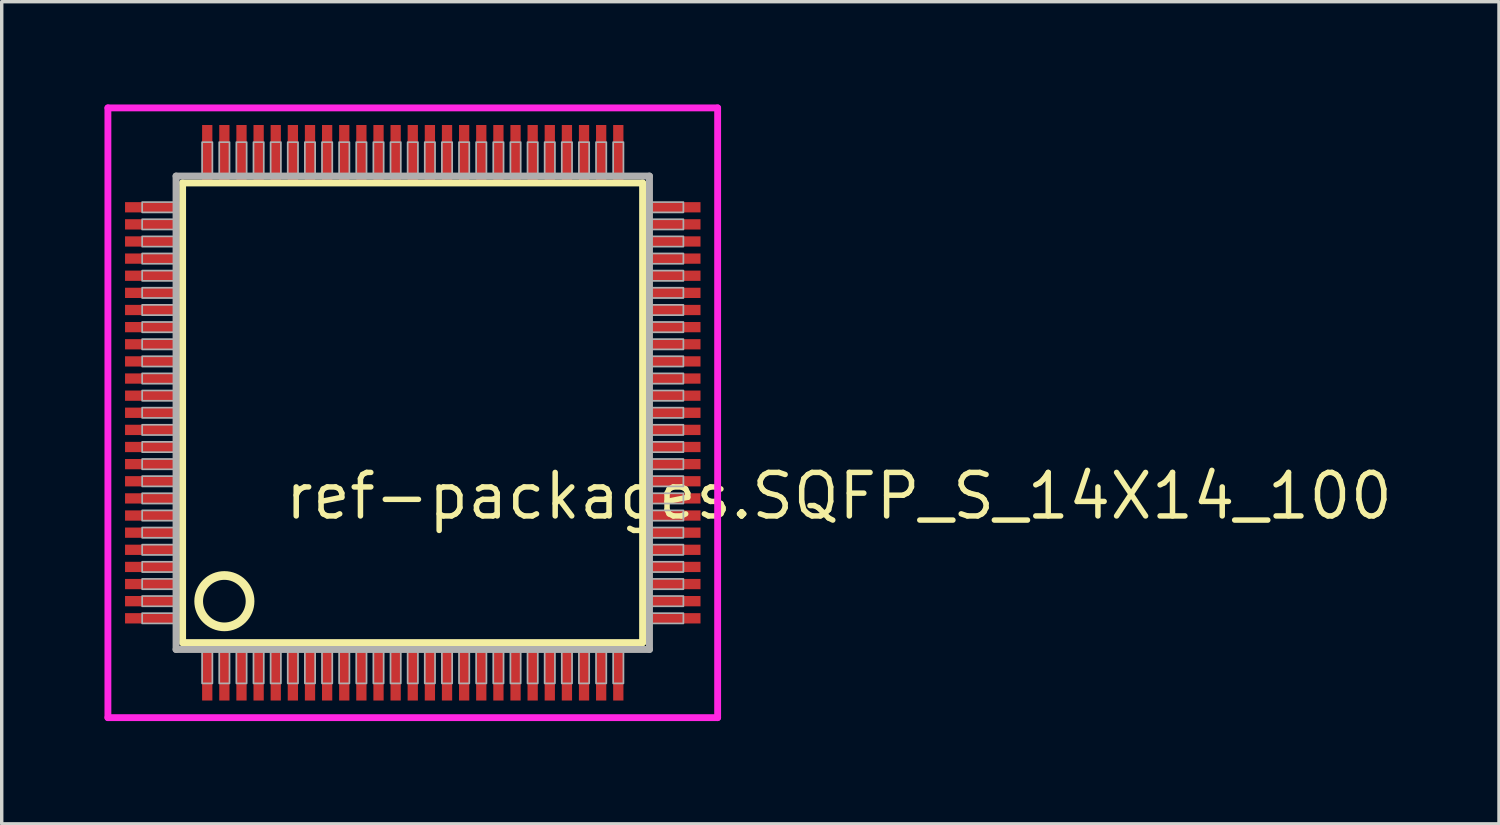
<source format=kicad_pcb>
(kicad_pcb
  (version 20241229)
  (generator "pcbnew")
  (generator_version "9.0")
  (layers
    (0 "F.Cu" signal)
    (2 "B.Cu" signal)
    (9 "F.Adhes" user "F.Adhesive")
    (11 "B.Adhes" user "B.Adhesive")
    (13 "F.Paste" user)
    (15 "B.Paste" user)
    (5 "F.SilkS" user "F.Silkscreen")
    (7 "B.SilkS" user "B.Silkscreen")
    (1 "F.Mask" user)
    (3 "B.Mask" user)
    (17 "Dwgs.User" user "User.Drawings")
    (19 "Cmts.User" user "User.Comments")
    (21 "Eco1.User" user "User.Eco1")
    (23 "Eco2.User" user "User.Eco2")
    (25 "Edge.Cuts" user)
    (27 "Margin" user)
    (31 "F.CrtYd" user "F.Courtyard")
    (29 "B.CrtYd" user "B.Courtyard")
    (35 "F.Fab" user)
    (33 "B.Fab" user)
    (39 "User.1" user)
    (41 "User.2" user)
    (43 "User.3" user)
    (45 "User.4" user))
  (footprint "ref-packages.SQFP_S_14X14_100"
    (layer "F.Cu")
    (at 9 9)
    (property "Reference" "ref-packages.SQFP_S_14X14_100" (at -3.81 3.175 0) (layer "F.SilkS") (effects (font (size 1.27 1.27) (thickness 0.16)) (justify left bottom)))
    (attr smd)
    (fp_line (start -6.72 -6.71) (end 6.71 -6.71) (stroke (width 0.203) (type default)) (layer "F.SilkS"))
    (fp_line (start -6.72 6.71) (end -6.72 -6.71) (stroke (width 0.203) (type default)) (layer "F.SilkS"))
    (fp_line (start 6.71 -6.71) (end 6.71 6.71) (stroke (width 0.203) (type default)) (layer "F.SilkS"))
    (fp_line (start 6.71 6.71) (end -6.72 6.71) (stroke (width 0.203) (type default)) (layer "F.SilkS"))
    (fp_circle (center -5.5 5.5) (end -4.75 5.5) (stroke (width 0.254) (type default)) (fill no) (layer "F.SilkS"))
    (fp_line (start -8.9 -8.9) (end 8.9 -8.9) (stroke (width 0.2) (type default)) (layer "F.CrtYd"))
    (fp_line (start -8.9 8.9) (end -8.9 -8.9) (stroke (width 0.2) (type default)) (layer "F.CrtYd"))
    (fp_line (start 8.9 -8.9) (end 8.9 8.9) (stroke (width 0.2) (type default)) (layer "F.CrtYd"))
    (fp_line (start 8.9 8.9) (end -8.9 8.9) (stroke (width 0.2) (type default)) (layer "F.CrtYd"))
    (fp_line (start -6.91 -6.91) (end -6.91 6.91) (stroke (width 0.203) (type default)) (layer "F.Fab"))
    (fp_line (start -6.91 6.91) (end 6.91 6.91) (stroke (width 0.203) (type default)) (layer "F.Fab"))
    (fp_line (start 6.91 -6.91) (end -6.91 -6.91) (stroke (width 0.203) (type default)) (layer "F.Fab"))
    (fp_line (start 6.91 6.91) (end 6.91 -6.91) (stroke (width 0.203) (type default)) (layer "F.Fab"))
    (fp_rect (start -7.9 -5.85) (end -6.95 -6.15) (stroke (width 0.05) (type default)) (fill no) (layer "F.Fab"))
    (fp_rect (start -7.9 -5.35) (end -6.95 -5.65) (stroke (width 0.05) (type default)) (fill no) (layer "F.Fab"))
    (fp_rect (start -7.9 -4.85) (end -6.95 -5.15) (stroke (width 0.05) (type default)) (fill no) (layer "F.Fab"))
    (fp_rect (start -7.9 -4.35) (end -6.95 -4.65) (stroke (width 0.05) (type default)) (fill no) (layer "F.Fab"))
    (fp_rect (start -7.9 -3.85) (end -6.95 -4.15) (stroke (width 0.05) (type default)) (fill no) (layer "F.Fab"))
    (fp_rect (start -7.9 -3.35) (end -6.95 -3.65) (stroke (width 0.05) (type default)) (fill no) (layer "F.Fab"))
    (fp_rect (start -7.9 -2.85) (end -6.95 -3.15) (stroke (width 0.05) (type default)) (fill no) (layer "F.Fab"))
    (fp_rect (start -7.9 -2.35) (end -6.95 -2.65) (stroke (width 0.05) (type default)) (fill no) (layer "F.Fab"))
    (fp_rect (start -7.9 -1.85) (end -6.95 -2.15) (stroke (width 0.05) (type default)) (fill no) (layer "F.Fab"))
    (fp_rect (start -7.9 -1.35) (end -6.95 -1.65) (stroke (width 0.05) (type default)) (fill no) (layer "F.Fab"))
    (fp_rect (start -7.9 -0.85) (end -6.95 -1.15) (stroke (width 0.05) (type default)) (fill no) (layer "F.Fab"))
    (fp_rect (start -7.9 -0.35) (end -6.95 -0.65) (stroke (width 0.05) (type default)) (fill no) (layer "F.Fab"))
    (fp_rect (start -7.9 0.15) (end -6.95 -0.15) (stroke (width 0.05) (type default)) (fill no) (layer "F.Fab"))
    (fp_rect (start -7.9 0.65) (end -6.95 0.35) (stroke (width 0.05) (type default)) (fill no) (layer "F.Fab"))
    (fp_rect (start -7.9 1.15) (end -6.95 0.85) (stroke (width 0.05) (type default)) (fill no) (layer "F.Fab"))
    (fp_rect (start -7.9 1.65) (end -6.95 1.35) (stroke (width 0.05) (type default)) (fill no) (layer "F.Fab"))
    (fp_rect (start -7.9 2.15) (end -6.95 1.85) (stroke (width 0.05) (type default)) (fill no) (layer "F.Fab"))
    (fp_rect (start -7.9 2.65) (end -6.95 2.35) (stroke (width 0.05) (type default)) (fill no) (layer "F.Fab"))
    (fp_rect (start -7.9 3.15) (end -6.95 2.85) (stroke (width 0.05) (type default)) (fill no) (layer "F.Fab"))
    (fp_rect (start -7.9 3.65) (end -6.95 3.35) (stroke (width 0.05) (type default)) (fill no) (layer "F.Fab"))
    (fp_rect (start -7.9 4.15) (end -6.95 3.85) (stroke (width 0.05) (type default)) (fill no) (layer "F.Fab"))
    (fp_rect (start -7.9 4.65) (end -6.95 4.35) (stroke (width 0.05) (type default)) (fill no) (layer "F.Fab"))
    (fp_rect (start -7.9 5.15) (end -6.95 4.85) (stroke (width 0.05) (type default)) (fill no) (layer "F.Fab"))
    (fp_rect (start -7.9 5.65) (end -6.95 5.35) (stroke (width 0.05) (type default)) (fill no) (layer "F.Fab"))
    (fp_rect (start -7.9 6.15) (end -6.95 5.85) (stroke (width 0.05) (type default)) (fill no) (layer "F.Fab"))
    (fp_rect (start -6.15 -6.95) (end -5.85 -7.9) (stroke (width 0.05) (type default)) (fill no) (layer "F.Fab"))
    (fp_rect (start -6.15 7.9) (end -5.85 6.95) (stroke (width 0.05) (type default)) (fill no) (layer "F.Fab"))
    (fp_rect (start -5.65 -6.95) (end -5.35 -7.9) (stroke (width 0.05) (type default)) (fill no) (layer "F.Fab"))
    (fp_rect (start -5.65 7.9) (end -5.35 6.95) (stroke (width 0.05) (type default)) (fill no) (layer "F.Fab"))
    (fp_rect (start -5.15 -6.95) (end -4.85 -7.9) (stroke (width 0.05) (type default)) (fill no) (layer "F.Fab"))
    (fp_rect (start -5.15 7.9) (end -4.85 6.95) (stroke (width 0.05) (type default)) (fill no) (layer "F.Fab"))
    (fp_rect (start -4.65 -6.95) (end -4.35 -7.9) (stroke (width 0.05) (type default)) (fill no) (layer "F.Fab"))
    (fp_rect (start -4.65 7.9) (end -4.35 6.95) (stroke (width 0.05) (type default)) (fill no) (layer "F.Fab"))
    (fp_rect (start -4.15 -6.95) (end -3.85 -7.9) (stroke (width 0.05) (type default)) (fill no) (layer "F.Fab"))
    (fp_rect (start -4.15 7.9) (end -3.85 6.95) (stroke (width 0.05) (type default)) (fill no) (layer "F.Fab"))
    (fp_rect (start -3.65 -6.95) (end -3.35 -7.9) (stroke (width 0.05) (type default)) (fill no) (layer "F.Fab"))
    (fp_rect (start -3.65 7.9) (end -3.35 6.95) (stroke (width 0.05) (type default)) (fill no) (layer "F.Fab"))
    (fp_rect (start -3.15 -6.95) (end -2.85 -7.9) (stroke (width 0.05) (type default)) (fill no) (layer "F.Fab"))
    (fp_rect (start -3.15 7.9) (end -2.85 6.95) (stroke (width 0.05) (type default)) (fill no) (layer "F.Fab"))
    (fp_rect (start -2.65 -6.95) (end -2.35 -7.9) (stroke (width 0.05) (type default)) (fill no) (layer "F.Fab"))
    (fp_rect (start -2.65 7.9) (end -2.35 6.95) (stroke (width 0.05) (type default)) (fill no) (layer "F.Fab"))
    (fp_rect (start -2.15 -6.95) (end -1.85 -7.9) (stroke (width 0.05) (type default)) (fill no) (layer "F.Fab"))
    (fp_rect (start -2.15 7.9) (end -1.85 6.95) (stroke (width 0.05) (type default)) (fill no) (layer "F.Fab"))
    (fp_rect (start -1.65 -6.95) (end -1.35 -7.9) (stroke (width 0.05) (type default)) (fill no) (layer "F.Fab"))
    (fp_rect (start -1.65 7.9) (end -1.35 6.95) (stroke (width 0.05) (type default)) (fill no) (layer "F.Fab"))
    (fp_rect (start -1.15 -6.95) (end -0.85 -7.9) (stroke (width 0.05) (type default)) (fill no) (layer "F.Fab"))
    (fp_rect (start -1.15 7.9) (end -0.85 6.95) (stroke (width 0.05) (type default)) (fill no) (layer "F.Fab"))
    (fp_rect (start -0.65 -6.95) (end -0.35 -7.9) (stroke (width 0.05) (type default)) (fill no) (layer "F.Fab"))
    (fp_rect (start -0.65 7.9) (end -0.35 6.95) (stroke (width 0.05) (type default)) (fill no) (layer "F.Fab"))
    (fp_rect (start -0.15 -6.95) (end 0.15 -7.9) (stroke (width 0.05) (type default)) (fill no) (layer "F.Fab"))
    (fp_rect (start -0.15 7.9) (end 0.15 6.95) (stroke (width 0.05) (type default)) (fill no) (layer "F.Fab"))
    (fp_rect (start 0.35 -6.95) (end 0.65 -7.9) (stroke (width 0.05) (type default)) (fill no) (layer "F.Fab"))
    (fp_rect (start 0.35 7.9) (end 0.65 6.95) (stroke (width 0.05) (type default)) (fill no) (layer "F.Fab"))
    (fp_rect (start 0.85 -6.95) (end 1.15 -7.9) (stroke (width 0.05) (type default)) (fill no) (layer "F.Fab"))
    (fp_rect (start 0.85 7.9) (end 1.15 6.95) (stroke (width 0.05) (type default)) (fill no) (layer "F.Fab"))
    (fp_rect (start 1.35 -6.95) (end 1.65 -7.9) (stroke (width 0.05) (type default)) (fill no) (layer "F.Fab"))
    (fp_rect (start 1.35 7.9) (end 1.65 6.95) (stroke (width 0.05) (type default)) (fill no) (layer "F.Fab"))
    (fp_rect (start 1.85 -6.95) (end 2.15 -7.9) (stroke (width 0.05) (type default)) (fill no) (layer "F.Fab"))
    (fp_rect (start 1.85 7.9) (end 2.15 6.95) (stroke (width 0.05) (type default)) (fill no) (layer "F.Fab"))
    (fp_rect (start 2.35 -6.95) (end 2.65 -7.9) (stroke (width 0.05) (type default)) (fill no) (layer "F.Fab"))
    (fp_rect (start 2.35 7.9) (end 2.65 6.95) (stroke (width 0.05) (type default)) (fill no) (layer "F.Fab"))
    (fp_rect (start 2.85 -6.95) (end 3.15 -7.9) (stroke (width 0.05) (type default)) (fill no) (layer "F.Fab"))
    (fp_rect (start 2.85 7.9) (end 3.15 6.95) (stroke (width 0.05) (type default)) (fill no) (layer "F.Fab"))
    (fp_rect (start 3.35 -6.95) (end 3.65 -7.9) (stroke (width 0.05) (type default)) (fill no) (layer "F.Fab"))
    (fp_rect (start 3.35 7.9) (end 3.65 6.95) (stroke (width 0.05) (type default)) (fill no) (layer "F.Fab"))
    (fp_rect (start 3.85 -6.95) (end 4.15 -7.9) (stroke (width 0.05) (type default)) (fill no) (layer "F.Fab"))
    (fp_rect (start 3.85 7.9) (end 4.15 6.95) (stroke (width 0.05) (type default)) (fill no) (layer "F.Fab"))
    (fp_rect (start 4.35 -6.95) (end 4.65 -7.9) (stroke (width 0.05) (type default)) (fill no) (layer "F.Fab"))
    (fp_rect (start 4.35 7.9) (end 4.65 6.95) (stroke (width 0.05) (type default)) (fill no) (layer "F.Fab"))
    (fp_rect (start 4.85 -6.95) (end 5.15 -7.9) (stroke (width 0.05) (type default)) (fill no) (layer "F.Fab"))
    (fp_rect (start 4.85 7.9) (end 5.15 6.95) (stroke (width 0.05) (type default)) (fill no) (layer "F.Fab"))
    (fp_rect (start 5.35 -6.95) (end 5.65 -7.9) (stroke (width 0.05) (type default)) (fill no) (layer "F.Fab"))
    (fp_rect (start 5.35 7.9) (end 5.65 6.95) (stroke (width 0.05) (type default)) (fill no) (layer "F.Fab"))
    (fp_rect (start 5.85 -6.95) (end 6.15 -7.9) (stroke (width 0.05) (type default)) (fill no) (layer "F.Fab"))
    (fp_rect (start 5.85 7.9) (end 6.15 6.95) (stroke (width 0.05) (type default)) (fill no) (layer "F.Fab"))
    (fp_rect (start 6.95 -5.85) (end 7.9 -6.15) (stroke (width 0.05) (type default)) (fill no) (layer "F.Fab"))
    (fp_rect (start 6.95 -5.35) (end 7.9 -5.65) (stroke (width 0.05) (type default)) (fill no) (layer "F.Fab"))
    (fp_rect (start 6.95 -4.85) (end 7.9 -5.15) (stroke (width 0.05) (type default)) (fill no) (layer "F.Fab"))
    (fp_rect (start 6.95 -4.35) (end 7.9 -4.65) (stroke (width 0.05) (type default)) (fill no) (layer "F.Fab"))
    (fp_rect (start 6.95 -3.85) (end 7.9 -4.15) (stroke (width 0.05) (type default)) (fill no) (layer "F.Fab"))
    (fp_rect (start 6.95 -3.35) (end 7.9 -3.65) (stroke (width 0.05) (type default)) (fill no) (layer "F.Fab"))
    (fp_rect (start 6.95 -2.85) (end 7.9 -3.15) (stroke (width 0.05) (type default)) (fill no) (layer "F.Fab"))
    (fp_rect (start 6.95 -2.35) (end 7.9 -2.65) (stroke (width 0.05) (type default)) (fill no) (layer "F.Fab"))
    (fp_rect (start 6.95 -1.85) (end 7.9 -2.15) (stroke (width 0.05) (type default)) (fill no) (layer "F.Fab"))
    (fp_rect (start 6.95 -1.35) (end 7.9 -1.65) (stroke (width 0.05) (type default)) (fill no) (layer "F.Fab"))
    (fp_rect (start 6.95 -0.85) (end 7.9 -1.15) (stroke (width 0.05) (type default)) (fill no) (layer "F.Fab"))
    (fp_rect (start 6.95 -0.35) (end 7.9 -0.65) (stroke (width 0.05) (type default)) (fill no) (layer "F.Fab"))
    (fp_rect (start 6.95 0.15) (end 7.9 -0.15) (stroke (width 0.05) (type default)) (fill no) (layer "F.Fab"))
    (fp_rect (start 6.95 0.65) (end 7.9 0.35) (stroke (width 0.05) (type default)) (fill no) (layer "F.Fab"))
    (fp_rect (start 6.95 1.15) (end 7.9 0.85) (stroke (width 0.05) (type default)) (fill no) (layer "F.Fab"))
    (fp_rect (start 6.95 1.65) (end 7.9 1.35) (stroke (width 0.05) (type default)) (fill no) (layer "F.Fab"))
    (fp_rect (start 6.95 2.15) (end 7.9 1.85) (stroke (width 0.05) (type default)) (fill no) (layer "F.Fab"))
    (fp_rect (start 6.95 2.65) (end 7.9 2.35) (stroke (width 0.05) (type default)) (fill no) (layer "F.Fab"))
    (fp_rect (start 6.95 3.15) (end 7.9 2.85) (stroke (width 0.05) (type default)) (fill no) (layer "F.Fab"))
    (fp_rect (start 6.95 3.65) (end 7.9 3.35) (stroke (width 0.05) (type default)) (fill no) (layer "F.Fab"))
    (fp_rect (start 6.95 4.15) (end 7.9 3.85) (stroke (width 0.05) (type default)) (fill no) (layer "F.Fab"))
    (fp_rect (start 6.95 4.65) (end 7.9 4.35) (stroke (width 0.05) (type default)) (fill no) (layer "F.Fab"))
    (fp_rect (start 6.95 5.15) (end 7.9 4.85) (stroke (width 0.05) (type default)) (fill no) (layer "F.Fab"))
    (fp_rect (start 6.95 5.65) (end 7.9 5.35) (stroke (width 0.05) (type default)) (fill no) (layer "F.Fab"))
    (fp_rect (start 6.95 6.15) (end 7.9 5.85) (stroke (width 0.05) (type default)) (fill no) (layer "F.Fab"))
    (pad "1" smd roundrect (at -6 7.6) (size 0.3 1.6) (layers "F.Cu" "F.Mask" "F.Paste") (roundrect_rratio 0.01))
    (pad "2" smd roundrect (at -5.5 7.6) (size 0.3 1.6) (layers "F.Cu" "F.Mask" "F.Paste") (roundrect_rratio 0.01))
    (pad "3" smd roundrect (at -5 7.6) (size 0.3 1.6) (layers "F.Cu" "F.Mask" "F.Paste") (roundrect_rratio 0.01))
    (pad "4" smd roundrect (at -4.5 7.6) (size 0.3 1.6) (layers "F.Cu" "F.Mask" "F.Paste") (roundrect_rratio 0.01))
    (pad "5" smd roundrect (at -4 7.6) (size 0.3 1.6) (layers "F.Cu" "F.Mask" "F.Paste") (roundrect_rratio 0.01))
    (pad "6" smd roundrect (at -3.5 7.6) (size 0.3 1.6) (layers "F.Cu" "F.Mask" "F.Paste") (roundrect_rratio 0.01))
    (pad "7" smd roundrect (at -3 7.6) (size 0.3 1.6) (layers "F.Cu" "F.Mask" "F.Paste") (roundrect_rratio 0.01))
    (pad "8" smd roundrect (at -2.5 7.6) (size 0.3 1.6) (layers "F.Cu" "F.Mask" "F.Paste") (roundrect_rratio 0.01))
    (pad "9" smd roundrect (at -2 7.6) (size 0.3 1.6) (layers "F.Cu" "F.Mask" "F.Paste") (roundrect_rratio 0.01))
    (pad "10" smd roundrect (at -1.5 7.6) (size 0.3 1.6) (layers "F.Cu" "F.Mask" "F.Paste") (roundrect_rratio 0.01))
    (pad "11" smd roundrect (at -1 7.6) (size 0.3 1.6) (layers "F.Cu" "F.Mask" "F.Paste") (roundrect_rratio 0.01))
    (pad "12" smd roundrect (at -0.5 7.6) (size 0.3 1.6) (layers "F.Cu" "F.Mask" "F.Paste") (roundrect_rratio 0.01))
    (pad "13" smd roundrect (at 0 7.6) (size 0.3 1.6) (layers "F.Cu" "F.Mask" "F.Paste") (roundrect_rratio 0.01))
    (pad "14" smd roundrect (at 0.5 7.6) (size 0.3 1.6) (layers "F.Cu" "F.Mask" "F.Paste") (roundrect_rratio 0.01))
    (pad "15" smd roundrect (at 1 7.6) (size 0.3 1.6) (layers "F.Cu" "F.Mask" "F.Paste") (roundrect_rratio 0.01))
    (pad "16" smd roundrect (at 1.5 7.6) (size 0.3 1.6) (layers "F.Cu" "F.Mask" "F.Paste") (roundrect_rratio 0.01))
    (pad "17" smd roundrect (at 2 7.6) (size 0.3 1.6) (layers "F.Cu" "F.Mask" "F.Paste") (roundrect_rratio 0.01))
    (pad "18" smd roundrect (at 2.5 7.6) (size 0.3 1.6) (layers "F.Cu" "F.Mask" "F.Paste") (roundrect_rratio 0.01))
    (pad "19" smd roundrect (at 3 7.6) (size 0.3 1.6) (layers "F.Cu" "F.Mask" "F.Paste") (roundrect_rratio 0.01))
    (pad "20" smd roundrect (at 3.5 7.6) (size 0.3 1.6) (layers "F.Cu" "F.Mask" "F.Paste") (roundrect_rratio 0.01))
    (pad "21" smd roundrect (at 4 7.6) (size 0.3 1.6) (layers "F.Cu" "F.Mask" "F.Paste") (roundrect_rratio 0.01))
    (pad "22" smd roundrect (at 4.5 7.6) (size 0.3 1.6) (layers "F.Cu" "F.Mask" "F.Paste") (roundrect_rratio 0.01))
    (pad "23" smd roundrect (at 5 7.6) (size 0.3 1.6) (layers "F.Cu" "F.Mask" "F.Paste") (roundrect_rratio 0.01))
    (pad "24" smd roundrect (at 5.5 7.6) (size 0.3 1.6) (layers "F.Cu" "F.Mask" "F.Paste") (roundrect_rratio 0.01))
    (pad "25" smd roundrect (at 6 7.6) (size 0.3 1.6) (layers "F.Cu" "F.Mask" "F.Paste") (roundrect_rratio 0.01))
    (pad "26" smd roundrect (at 7.6 6) (size 1.6 0.3) (layers "F.Cu" "F.Mask" "F.Paste") (roundrect_rratio 0.01))
    (pad "27" smd roundrect (at 7.6 5.5) (size 1.6 0.3) (layers "F.Cu" "F.Mask" "F.Paste") (roundrect_rratio 0.01))
    (pad "28" smd roundrect (at 7.6 5) (size 1.6 0.3) (layers "F.Cu" "F.Mask" "F.Paste") (roundrect_rratio 0.01))
    (pad "29" smd roundrect (at 7.6 4.5) (size 1.6 0.3) (layers "F.Cu" "F.Mask" "F.Paste") (roundrect_rratio 0.01))
    (pad "30" smd roundrect (at 7.6 4) (size 1.6 0.3) (layers "F.Cu" "F.Mask" "F.Paste") (roundrect_rratio 0.01))
    (pad "31" smd roundrect (at 7.6 3.5) (size 1.6 0.3) (layers "F.Cu" "F.Mask" "F.Paste") (roundrect_rratio 0.01))
    (pad "32" smd roundrect (at 7.6 3) (size 1.6 0.3) (layers "F.Cu" "F.Mask" "F.Paste") (roundrect_rratio 0.01))
    (pad "33" smd roundrect (at 7.6 2.5) (size 1.6 0.3) (layers "F.Cu" "F.Mask" "F.Paste") (roundrect_rratio 0.01))
    (pad "34" smd roundrect (at 7.6 2) (size 1.6 0.3) (layers "F.Cu" "F.Mask" "F.Paste") (roundrect_rratio 0.01))
    (pad "35" smd roundrect (at 7.6 1.5) (size 1.6 0.3) (layers "F.Cu" "F.Mask" "F.Paste") (roundrect_rratio 0.01))
    (pad "36" smd roundrect (at 7.6 1) (size 1.6 0.3) (layers "F.Cu" "F.Mask" "F.Paste") (roundrect_rratio 0.01))
    (pad "37" smd roundrect (at 7.6 0.5) (size 1.6 0.3) (layers "F.Cu" "F.Mask" "F.Paste") (roundrect_rratio 0.01))
    (pad "38" smd roundrect (at 7.6 0) (size 1.6 0.3) (layers "F.Cu" "F.Mask" "F.Paste") (roundrect_rratio 0.01))
    (pad "39" smd roundrect (at 7.6 -0.5) (size 1.6 0.3) (layers "F.Cu" "F.Mask" "F.Paste") (roundrect_rratio 0.01))
    (pad "40" smd roundrect (at 7.6 -1) (size 1.6 0.3) (layers "F.Cu" "F.Mask" "F.Paste") (roundrect_rratio 0.01))
    (pad "41" smd roundrect (at 7.6 -1.5) (size 1.6 0.3) (layers "F.Cu" "F.Mask" "F.Paste") (roundrect_rratio 0.01))
    (pad "42" smd roundrect (at 7.6 -2) (size 1.6 0.3) (layers "F.Cu" "F.Mask" "F.Paste") (roundrect_rratio 0.01))
    (pad "43" smd roundrect (at 7.6 -2.5) (size 1.6 0.3) (layers "F.Cu" "F.Mask" "F.Paste") (roundrect_rratio 0.01))
    (pad "44" smd roundrect (at 7.6 -3) (size 1.6 0.3) (layers "F.Cu" "F.Mask" "F.Paste") (roundrect_rratio 0.01))
    (pad "45" smd roundrect (at 7.6 -3.5) (size 1.6 0.3) (layers "F.Cu" "F.Mask" "F.Paste") (roundrect_rratio 0.01))
    (pad "46" smd roundrect (at 7.6 -4) (size 1.6 0.3) (layers "F.Cu" "F.Mask" "F.Paste") (roundrect_rratio 0.01))
    (pad "47" smd roundrect (at 7.6 -4.5) (size 1.6 0.3) (layers "F.Cu" "F.Mask" "F.Paste") (roundrect_rratio 0.01))
    (pad "48" smd roundrect (at 7.6 -5) (size 1.6 0.3) (layers "F.Cu" "F.Mask" "F.Paste") (roundrect_rratio 0.01))
    (pad "49" smd roundrect (at 7.6 -5.5) (size 1.6 0.3) (layers "F.Cu" "F.Mask" "F.Paste") (roundrect_rratio 0.01))
    (pad "50" smd roundrect (at 7.6 -6) (size 1.6 0.3) (layers "F.Cu" "F.Mask" "F.Paste") (roundrect_rratio 0.01))
    (pad "51" smd roundrect (at 6 -7.6) (size 0.3 1.6) (layers "F.Cu" "F.Mask" "F.Paste") (roundrect_rratio 0.01))
    (pad "52" smd roundrect (at 5.5 -7.6) (size 0.3 1.6) (layers "F.Cu" "F.Mask" "F.Paste") (roundrect_rratio 0.01))
    (pad "53" smd roundrect (at 5 -7.6) (size 0.3 1.6) (layers "F.Cu" "F.Mask" "F.Paste") (roundrect_rratio 0.01))
    (pad "54" smd roundrect (at 4.5 -7.6) (size 0.3 1.6) (layers "F.Cu" "F.Mask" "F.Paste") (roundrect_rratio 0.01))
    (pad "55" smd roundrect (at 4 -7.6) (size 0.3 1.6) (layers "F.Cu" "F.Mask" "F.Paste") (roundrect_rratio 0.01))
    (pad "56" smd roundrect (at 3.5 -7.6) (size 0.3 1.6) (layers "F.Cu" "F.Mask" "F.Paste") (roundrect_rratio 0.01))
    (pad "57" smd roundrect (at 3 -7.6) (size 0.3 1.6) (layers "F.Cu" "F.Mask" "F.Paste") (roundrect_rratio 0.01))
    (pad "58" smd roundrect (at 2.5 -7.6) (size 0.3 1.6) (layers "F.Cu" "F.Mask" "F.Paste") (roundrect_rratio 0.01))
    (pad "59" smd roundrect (at 2 -7.6) (size 0.3 1.6) (layers "F.Cu" "F.Mask" "F.Paste") (roundrect_rratio 0.01))
    (pad "60" smd roundrect (at 1.5 -7.6) (size 0.3 1.6) (layers "F.Cu" "F.Mask" "F.Paste") (roundrect_rratio 0.01))
    (pad "61" smd roundrect (at 1 -7.6) (size 0.3 1.6) (layers "F.Cu" "F.Mask" "F.Paste") (roundrect_rratio 0.01))
    (pad "62" smd roundrect (at 0.5 -7.6) (size 0.3 1.6) (layers "F.Cu" "F.Mask" "F.Paste") (roundrect_rratio 0.01))
    (pad "63" smd roundrect (at 0 -7.6) (size 0.3 1.6) (layers "F.Cu" "F.Mask" "F.Paste") (roundrect_rratio 0.01))
    (pad "64" smd roundrect (at -0.5 -7.6) (size 0.3 1.6) (layers "F.Cu" "F.Mask" "F.Paste") (roundrect_rratio 0.01))
    (pad "65" smd roundrect (at -1 -7.6) (size 0.3 1.6) (layers "F.Cu" "F.Mask" "F.Paste") (roundrect_rratio 0.01))
    (pad "66" smd roundrect (at -1.5 -7.6) (size 0.3 1.6) (layers "F.Cu" "F.Mask" "F.Paste") (roundrect_rratio 0.01))
    (pad "67" smd roundrect (at -2 -7.6) (size 0.3 1.6) (layers "F.Cu" "F.Mask" "F.Paste") (roundrect_rratio 0.01))
    (pad "68" smd roundrect (at -2.5 -7.6) (size 0.3 1.6) (layers "F.Cu" "F.Mask" "F.Paste") (roundrect_rratio 0.01))
    (pad "69" smd roundrect (at -3 -7.6) (size 0.3 1.6) (layers "F.Cu" "F.Mask" "F.Paste") (roundrect_rratio 0.01))
    (pad "70" smd roundrect (at -3.5 -7.6) (size 0.3 1.6) (layers "F.Cu" "F.Mask" "F.Paste") (roundrect_rratio 0.01))
    (pad "71" smd roundrect (at -4 -7.6) (size 0.3 1.6) (layers "F.Cu" "F.Mask" "F.Paste") (roundrect_rratio 0.01))
    (pad "72" smd roundrect (at -4.5 -7.6) (size 0.3 1.6) (layers "F.Cu" "F.Mask" "F.Paste") (roundrect_rratio 0.01))
    (pad "73" smd roundrect (at -5 -7.6) (size 0.3 1.6) (layers "F.Cu" "F.Mask" "F.Paste") (roundrect_rratio 0.01))
    (pad "74" smd roundrect (at -5.5 -7.6) (size 0.3 1.6) (layers "F.Cu" "F.Mask" "F.Paste") (roundrect_rratio 0.01))
    (pad "75" smd roundrect (at -6 -7.6) (size 0.3 1.6) (layers "F.Cu" "F.Mask" "F.Paste") (roundrect_rratio 0.01))
    (pad "76" smd roundrect (at -7.6 -6) (size 1.6 0.3) (layers "F.Cu" "F.Mask" "F.Paste") (roundrect_rratio 0.01))
    (pad "77" smd roundrect (at -7.6 -5.5) (size 1.6 0.3) (layers "F.Cu" "F.Mask" "F.Paste") (roundrect_rratio 0.01))
    (pad "78" smd roundrect (at -7.6 -5) (size 1.6 0.3) (layers "F.Cu" "F.Mask" "F.Paste") (roundrect_rratio 0.01))
    (pad "79" smd roundrect (at -7.6 -4.5) (size 1.6 0.3) (layers "F.Cu" "F.Mask" "F.Paste") (roundrect_rratio 0.01))
    (pad "80" smd roundrect (at -7.6 -4) (size 1.6 0.3) (layers "F.Cu" "F.Mask" "F.Paste") (roundrect_rratio 0.01))
    (pad "81" smd roundrect (at -7.6 -3.5) (size 1.6 0.3) (layers "F.Cu" "F.Mask" "F.Paste") (roundrect_rratio 0.01))
    (pad "82" smd roundrect (at -7.6 -3) (size 1.6 0.3) (layers "F.Cu" "F.Mask" "F.Paste") (roundrect_rratio 0.01))
    (pad "83" smd roundrect (at -7.6 -2.5) (size 1.6 0.3) (layers "F.Cu" "F.Mask" "F.Paste") (roundrect_rratio 0.01))
    (pad "84" smd roundrect (at -7.6 -2) (size 1.6 0.3) (layers "F.Cu" "F.Mask" "F.Paste") (roundrect_rratio 0.01))
    (pad "85" smd roundrect (at -7.6 -1.5) (size 1.6 0.3) (layers "F.Cu" "F.Mask" "F.Paste") (roundrect_rratio 0.01))
    (pad "86" smd roundrect (at -7.6 -1) (size 1.6 0.3) (layers "F.Cu" "F.Mask" "F.Paste") (roundrect_rratio 0.01))
    (pad "87" smd roundrect (at -7.6 -0.5) (size 1.6 0.3) (layers "F.Cu" "F.Mask" "F.Paste") (roundrect_rratio 0.01))
    (pad "88" smd roundrect (at -7.6 0) (size 1.6 0.3) (layers "F.Cu" "F.Mask" "F.Paste") (roundrect_rratio 0.01))
    (pad "89" smd roundrect (at -7.6 0.5) (size 1.6 0.3) (layers "F.Cu" "F.Mask" "F.Paste") (roundrect_rratio 0.01))
    (pad "90" smd roundrect (at -7.6 1) (size 1.6 0.3) (layers "F.Cu" "F.Mask" "F.Paste") (roundrect_rratio 0.01))
    (pad "91" smd roundrect (at -7.6 1.5) (size 1.6 0.3) (layers "F.Cu" "F.Mask" "F.Paste") (roundrect_rratio 0.01))
    (pad "92" smd roundrect (at -7.6 2) (size 1.6 0.3) (layers "F.Cu" "F.Mask" "F.Paste") (roundrect_rratio 0.01))
    (pad "93" smd roundrect (at -7.6 2.5) (size 1.6 0.3) (layers "F.Cu" "F.Mask" "F.Paste") (roundrect_rratio 0.01))
    (pad "94" smd roundrect (at -7.6 3) (size 1.6 0.3) (layers "F.Cu" "F.Mask" "F.Paste") (roundrect_rratio 0.01))
    (pad "95" smd roundrect (at -7.6 3.5) (size 1.6 0.3) (layers "F.Cu" "F.Mask" "F.Paste") (roundrect_rratio 0.01))
    (pad "96" smd roundrect (at -7.6 4) (size 1.6 0.3) (layers "F.Cu" "F.Mask" "F.Paste") (roundrect_rratio 0.01))
    (pad "97" smd roundrect (at -7.6 4.5) (size 1.6 0.3) (layers "F.Cu" "F.Mask" "F.Paste") (roundrect_rratio 0.01))
    (pad "98" smd roundrect (at -7.6 5) (size 1.6 0.3) (layers "F.Cu" "F.Mask" "F.Paste") (roundrect_rratio 0.01))
    (pad "99" smd roundrect (at -7.6 5.5) (size 1.6 0.3) (layers "F.Cu" "F.Mask" "F.Paste") (roundrect_rratio 0.01))
    (pad "100" smd roundrect (at -7.6 6) (size 1.6 0.3) (layers "F.Cu" "F.Mask" "F.Paste") (roundrect_rratio 0.01)))
  (gr_rect
    (start -3 -3)
    (end 40.71 21)
    (stroke (width 0.1) (type default))
    (fill no)
    (layer "Edge.Cuts")))
</source>
